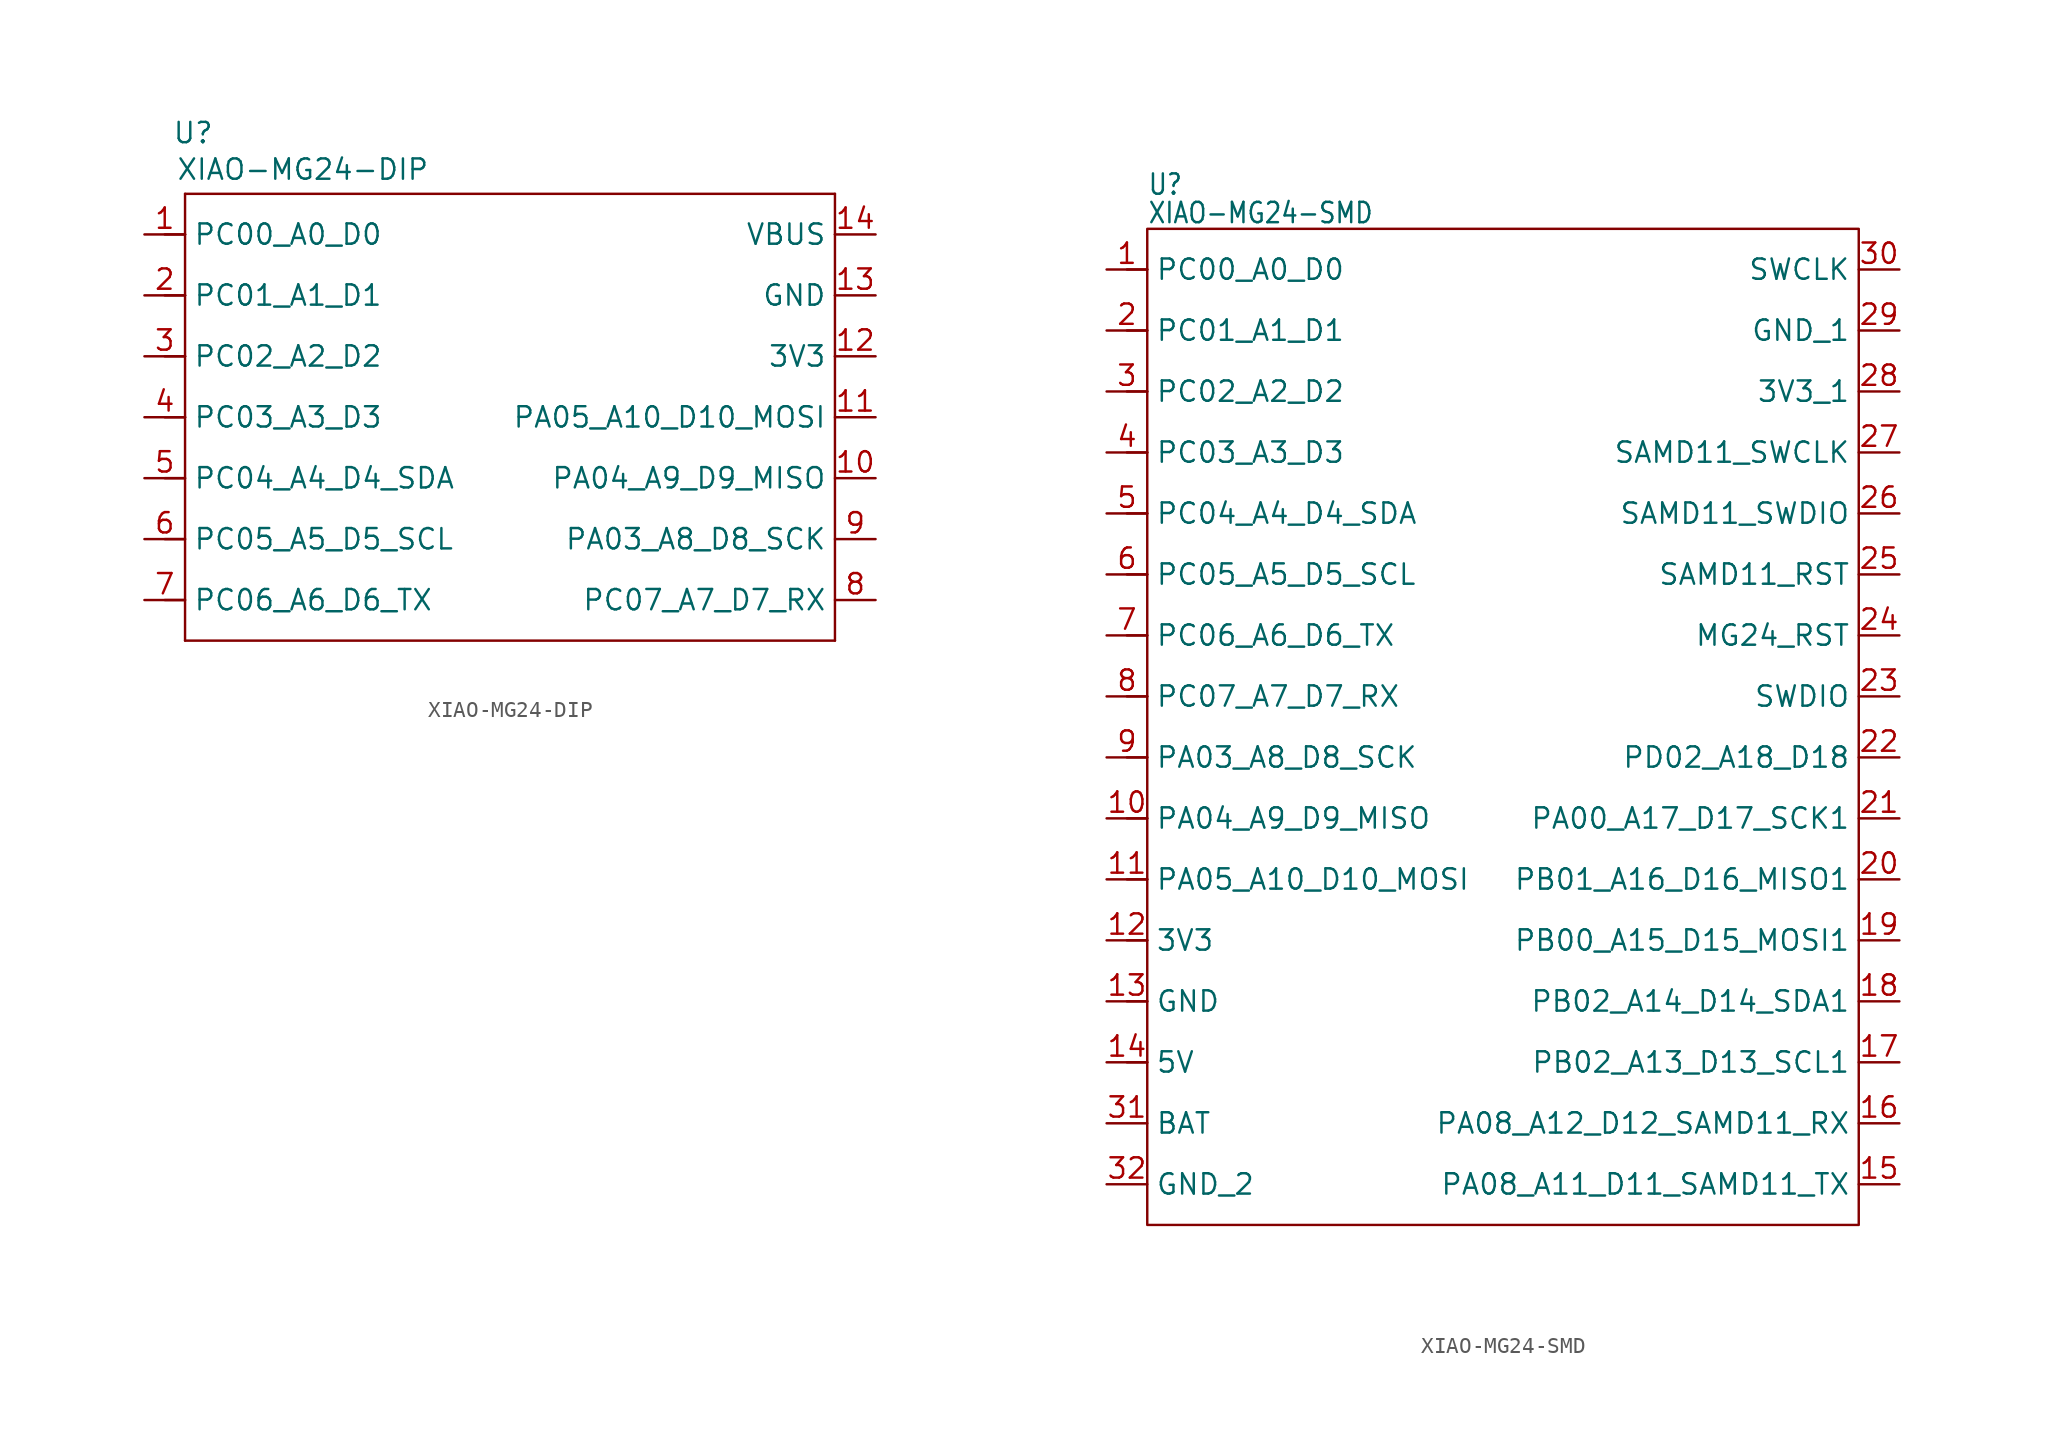
<source format=kicad_sym>
(kicad_symbol_lib
  (version 20241209)
  (generator "kicad_symbol_editor")
  (generator_version "9.0")
  (symbol "XIAO-MG24-DIP"
    (property "Reference" "U"
      (at 0.508 0 0)
      (effects (font (size 1.27 1.27))))
    (property "Value" "XIAO-MG24-DIP"
      (at 7.366 -2.286 0)
      (effects (font (size 1.27 1.27))))
    (symbol "XIAO-MG24-DIP_1_0"
      (polyline (pts (xy 0 -3.81) (xy 40.64 -3.81)) (stroke (width 0.152) (type solid)) (fill (type none)))
      (polyline (pts (xy 0 -6.35) (xy -1.27 -6.35)) (stroke (width 0.152) (type solid)) (fill (type none)))
      (polyline (pts (xy 0 -6.35) (xy 0 -3.81)) (stroke (width 0.152) (type solid)) (fill (type none)))
      (polyline (pts (xy 0 -10.16) (xy -1.27 -10.16)) (stroke (width 0.152) (type solid)) (fill (type none)))
      (polyline (pts (xy 0 -10.16) (xy 0 -6.35)) (stroke (width 0.152) (type solid)) (fill (type none)))
      (polyline (pts (xy 0 -13.97) (xy -1.27 -13.97)) (stroke (width 0.152) (type solid)) (fill (type none)))
      (polyline (pts (xy 0 -13.97) (xy 0 -10.16)) (stroke (width 0.152) (type solid)) (fill (type none)))
      (polyline (pts (xy 0 -17.78) (xy -1.27 -17.78)) (stroke (width 0.152) (type solid)) (fill (type none)))
      (polyline (pts (xy 0 -17.78) (xy 0 -13.97)) (stroke (width 0.152) (type solid)) (fill (type none)))
      (polyline (pts (xy 0 -21.59) (xy -1.27 -21.59)) (stroke (width 0.152) (type solid)) (fill (type none)))
      (polyline (pts (xy 0 -25.4) (xy -1.27 -25.4)) (stroke (width 0.152) (type solid)) (fill (type none)))
      (polyline (pts (xy 0 -29.21) (xy -1.27 -29.21)) (stroke (width 0.152) (type solid)) (fill (type none)))
      (polyline (pts (xy 0 -31.75) (xy 0 -17.78)) (stroke (width 0.152) (type solid)) (fill (type none)))
      (polyline (pts (xy 40.64 -3.81) (xy 40.64 -6.35)) (stroke (width 0.152) (type solid)) (fill (type none)))
      (polyline (pts (xy 40.64 -6.35) (xy 40.64 -10.16)) (stroke (width 0.152) (type solid)) (fill (type none)))
      (polyline (pts (xy 40.64 -10.16) (xy 40.64 -13.97)) (stroke (width 0.152) (type solid)) (fill (type none)))
      (polyline (pts (xy 40.64 -13.97) (xy 40.64 -31.75)) (stroke (width 0.152) (type solid)) (fill (type none)))
      (polyline (pts (xy 40.64 -31.75) (xy 0 -31.75)) (stroke (width 0.152) (type solid)) (fill (type none)))
      (pin passive line (at -2.54 -6.35 0) (length 2.54) (name "PC00_A0_D0" (effects (font (size 1.27 1.27)))) (number "1" (effects (font (size 1.27 1.27)))))
      (pin passive line (at -2.54 -10.16 0) (length 2.54) (name "PC01_A1_D1" (effects (font (size 1.27 1.27)))) (number "2" (effects (font (size 1.27 1.27)))))
      (pin passive line (at -2.54 -13.97 0) (length 2.54) (name "PC02_A2_D2" (effects (font (size 1.27 1.27)))) (number "3" (effects (font (size 1.27 1.27)))))
      (pin passive line (at -2.54 -17.78 0) (length 2.54) (name "PC03_A3_D3" (effects (font (size 1.27 1.27)))) (number "4" (effects (font (size 1.27 1.27)))))
      (pin passive line (at -2.54 -21.59 0) (length 2.54) (name "PC04_A4_D4_SDA" (effects (font (size 1.27 1.27)))) (number "5" (effects (font (size 1.27 1.27)))))
      (pin passive line (at -2.54 -25.4 0) (length 2.54) (name "PC05_A5_D5_SCL" (effects (font (size 1.27 1.27)))) (number "6" (effects (font (size 1.27 1.27)))))
      (pin passive line (at -2.54 -29.21 0) (length 2.54) (name "PC06_A6_D6_TX" (effects (font (size 1.27 1.27)))) (number "7" (effects (font (size 1.27 1.27)))))
      (pin passive line (at 43.18 -6.35 180) (length 2.54) (name "VBUS" (effects (font (size 1.27 1.27)))) (number "14" (effects (font (size 1.27 1.27)))))
      (pin passive line (at 43.18 -10.16 180) (length 2.54) (name "GND" (effects (font (size 1.27 1.27)))) (number "13" (effects (font (size 1.27 1.27)))))
      (pin passive line (at 43.18 -13.97 180) (length 2.54) (name "3V3" (effects (font (size 1.27 1.27)))) (number "12" (effects (font (size 1.27 1.27)))))
      (pin passive line (at 43.18 -17.78 180) (length 2.54) (name "PA05_A10_D10_MOSI" (effects (font (size 1.27 1.27)))) (number "11" (effects (font (size 1.27 1.27)))))
      (pin passive line (at 43.18 -21.59 180) (length 2.54) (name "PA04_A9_D9_MISO" (effects (font (size 1.27 1.27)))) (number "10" (effects (font (size 1.27 1.27)))))
      (pin passive line (at 43.18 -25.4 180) (length 2.54) (name "PA03_A8_D8_SCK" (effects (font (size 1.27 1.27)))) (number "9" (effects (font (size 1.27 1.27)))))
      (pin passive line (at 43.18 -29.21 180) (length 2.54) (name "PC07_A7_D7_RX" (effects (font (size 1.27 1.27)))) (number "8" (effects (font (size 1.27 1.27)))))))
  (symbol "XIAO-MG24-SMD"
    (property "Reference" "U"
      (at -21.59 27.432 0)
      (effects (font (size 1.27 1.079)) (justify left bottom)))
    (property "Value" "XIAO-MG24-SMD"
      (at -21.59 25.654 0)
      (effects (font (size 1.27 1.079)) (justify left bottom)))
    (symbol "XIAO-MG24-SMD_0_1"
      (rectangle (start -21.59 25.4) (end 22.86 -36.83) (stroke (width 0) (type default)) (fill (type none))))
    (symbol "XIAO-MG24-SMD_1_0"
      (polyline (pts (xy -22.86 -3.81) (xy -21.59 -3.81)) (stroke (width 0.152) (type solid)) (fill (type none)))
      (polyline (pts (xy -22.86 -7.62) (xy -21.59 -7.62)) (stroke (width 0.152) (type solid)) (fill (type none)))
      (polyline (pts (xy -22.86 -11.43) (xy -21.59 -11.43)) (stroke (width 0.152) (type solid)) (fill (type none)))
      (polyline (pts (xy -22.86 -15.24) (xy -21.59 -15.24)) (stroke (width 0.152) (type solid)) (fill (type none)))
      (polyline (pts (xy -22.86 -19.05) (xy -21.59 -19.05)) (stroke (width 0.152) (type solid)) (fill (type none)))
      (polyline (pts (xy -22.86 -22.86) (xy -21.59 -22.86)) (stroke (width 0.152) (type solid)) (fill (type none)))
      (polyline (pts (xy -22.86 -26.67) (xy -21.59 -26.67)) (stroke (width 0.152) (type solid)) (fill (type none)))
      (polyline (pts (xy -21.59 22.86) (xy -22.86 22.86)) (stroke (width 0.152) (type solid)) (fill (type none)))
      (polyline (pts (xy -21.59 19.05) (xy -22.86 19.05)) (stroke (width 0.152) (type solid)) (fill (type none)))
      (polyline (pts (xy -21.59 15.24) (xy -22.86 15.24)) (stroke (width 0.152) (type solid)) (fill (type none)))
      (polyline (pts (xy -21.59 11.43) (xy -22.86 11.43)) (stroke (width 0.152) (type solid)) (fill (type none)))
      (polyline (pts (xy -21.59 7.62) (xy -22.86 7.62)) (stroke (width 0.152) (type solid)) (fill (type none)))
      (polyline (pts (xy -21.59 3.81) (xy -22.86 3.81)) (stroke (width 0.152) (type solid)) (fill (type none)))
      (polyline (pts (xy -21.59 0) (xy -22.86 0)) (stroke (width 0.152) (type solid)) (fill (type none)))
      (pin passive line (at -24.13 22.86 0) (length 2.54) (name "PC00_A0_D0" (effects (font (size 1.27 1.27)))) (number "1" (effects (font (size 1.27 1.27)))))
      (pin passive line (at -24.13 19.05 0) (length 2.54) (name "PC01_A1_D1" (effects (font (size 1.27 1.27)))) (number "2" (effects (font (size 1.27 1.27)))))
      (pin passive line (at -24.13 15.24 0) (length 2.54) (name "PC02_A2_D2" (effects (font (size 1.27 1.27)))) (number "3" (effects (font (size 1.27 1.27)))))
      (pin passive line (at -24.13 11.43 0) (length 2.54) (name "PC03_A3_D3" (effects (font (size 1.27 1.27)))) (number "4" (effects (font (size 1.27 1.27)))))
      (pin passive line (at -24.13 7.62 0) (length 2.54) (name "PC04_A4_D4_SDA" (effects (font (size 1.27 1.27)))) (number "5" (effects (font (size 1.27 1.27)))))
      (pin passive line (at -24.13 3.81 0) (length 2.54) (name "PC05_A5_D5_SCL" (effects (font (size 1.27 1.27)))) (number "6" (effects (font (size 1.27 1.27)))))
      (pin passive line (at -24.13 0 0) (length 2.54) (name "PC06_A6_D6_TX" (effects (font (size 1.27 1.27)))) (number "7" (effects (font (size 1.27 1.27)))))
      (pin passive line (at -24.13 -3.81 0) (length 2.54) (name "PC07_A7_D7_RX" (effects (font (size 1.27 1.27)))) (number "8" (effects (font (size 1.27 1.27)))))
      (pin passive line (at -24.13 -7.62 0) (length 2.54) (name "PA03_A8_D8_SCK" (effects (font (size 1.27 1.27)))) (number "9" (effects (font (size 1.27 1.27)))))
      (pin passive line (at -24.13 -11.43 0) (length 2.54) (name "PA04_A9_D9_MISO" (effects (font (size 1.27 1.27)))) (number "10" (effects (font (size 1.27 1.27)))))
      (pin passive line (at -24.13 -15.24 0) (length 2.54) (name "PA05_A10_D10_MOSI" (effects (font (size 1.27 1.27)))) (number "11" (effects (font (size 1.27 1.27)))))
      (pin passive line (at -24.13 -19.05 0) (length 2.54) (name "3V3" (effects (font (size 1.27 1.27)))) (number "12" (effects (font (size 1.27 1.27)))))
      (pin passive line (at -24.13 -22.86 0) (length 2.54) (name "GND" (effects (font (size 1.27 1.27)))) (number "13" (effects (font (size 1.27 1.27)))))
      (pin passive line (at -24.13 -26.67 0) (length 2.54) (name "5V" (effects (font (size 1.27 1.27)))) (number "14" (effects (font (size 1.27 1.27))))))
    (symbol "XIAO-MG24-SMD_1_1"
      (pin passive line (at -24.13 -30.48 0) (length 2.54) (name "BAT" (effects (font (size 1.27 1.27)))) (number "31" (effects (font (size 1.27 1.27)))))
      (pin passive line (at -24.13 -34.29 0) (length 2.54) (name "GND_2" (effects (font (size 1.27 1.27)))) (number "32" (effects (font (size 1.27 1.27)))))
      (pin passive line (at 25.4 22.86 180) (length 2.54) (name "SWCLK" (effects (font (size 1.27 1.27)))) (number "30" (effects (font (size 1.27 1.27)))))
      (pin passive line (at 25.4 19.05 180) (length 2.54) (name "GND_1" (effects (font (size 1.27 1.27)))) (number "29" (effects (font (size 1.27 1.27)))))
      (pin passive line (at 25.4 15.24 180) (length 2.54) (name "3V3_1" (effects (font (size 1.27 1.27)))) (number "28" (effects (font (size 1.27 1.27)))))
      (pin passive line (at 25.4 11.43 180) (length 2.54) (name "SAMD11_SWCLK" (effects (font (size 1.27 1.27)))) (number "27" (effects (font (size 1.27 1.27)))))
      (pin passive line (at 25.4 7.62 180) (length 2.54) (name "SAMD11_SWDIO" (effects (font (size 1.27 1.27)))) (number "26" (effects (font (size 1.27 1.27)))))
      (pin passive line (at 25.4 3.81 180) (length 2.54) (name "SAMD11_RST" (effects (font (size 1.27 1.27)))) (number "25" (effects (font (size 1.27 1.27)))))
      (pin passive line (at 25.4 0 180) (length 2.54) (name "MG24_RST" (effects (font (size 1.27 1.27)))) (number "24" (effects (font (size 1.27 1.27)))))
      (pin passive line (at 25.4 -3.81 180) (length 2.54) (name "SWDIO" (effects (font (size 1.27 1.27)))) (number "23" (effects (font (size 1.27 1.27)))))
      (pin passive line (at 25.4 -7.62 180) (length 2.54) (name "PD02_A18_D18" (effects (font (size 1.27 1.27)))) (number "22" (effects (font (size 1.27 1.27)))))
      (pin passive line (at 25.4 -11.43 180) (length 2.54) (name "PA00_A17_D17_SCK1" (effects (font (size 1.27 1.27)))) (number "21" (effects (font (size 1.27 1.27)))))
      (pin passive line (at 25.4 -15.24 180) (length 2.54) (name "PB01_A16_D16_MISO1" (effects (font (size 1.27 1.27)))) (number "20" (effects (font (size 1.27 1.27)))))
      (pin passive line (at 25.4 -19.05 180) (length 2.54) (name "PB00_A15_D15_MOSI1" (effects (font (size 1.27 1.27)))) (number "19" (effects (font (size 1.27 1.27)))))
      (pin passive line (at 25.4 -22.86 180) (length 2.54) (name "PB02_A14_D14_SDA1" (effects (font (size 1.27 1.27)))) (number "18" (effects (font (size 1.27 1.27)))))
      (pin passive line (at 25.4 -26.67 180) (length 2.54) (name "PB02_A13_D13_SCL1" (effects (font (size 1.27 1.27)))) (number "17" (effects (font (size 1.27 1.27)))))
      (pin passive line (at 25.4 -30.48 180) (length 2.54) (name "PA08_A12_D12_SAMD11_RX" (effects (font (size 1.27 1.27)))) (number "16" (effects (font (size 1.27 1.27)))))
      (pin passive line (at 25.4 -34.29 180) (length 2.54) (name "PA08_A11_D11_SAMD11_TX" (effects (font (size 1.27 1.27)))) (number "15" (effects (font (size 1.27 1.27))))))))
</source>
